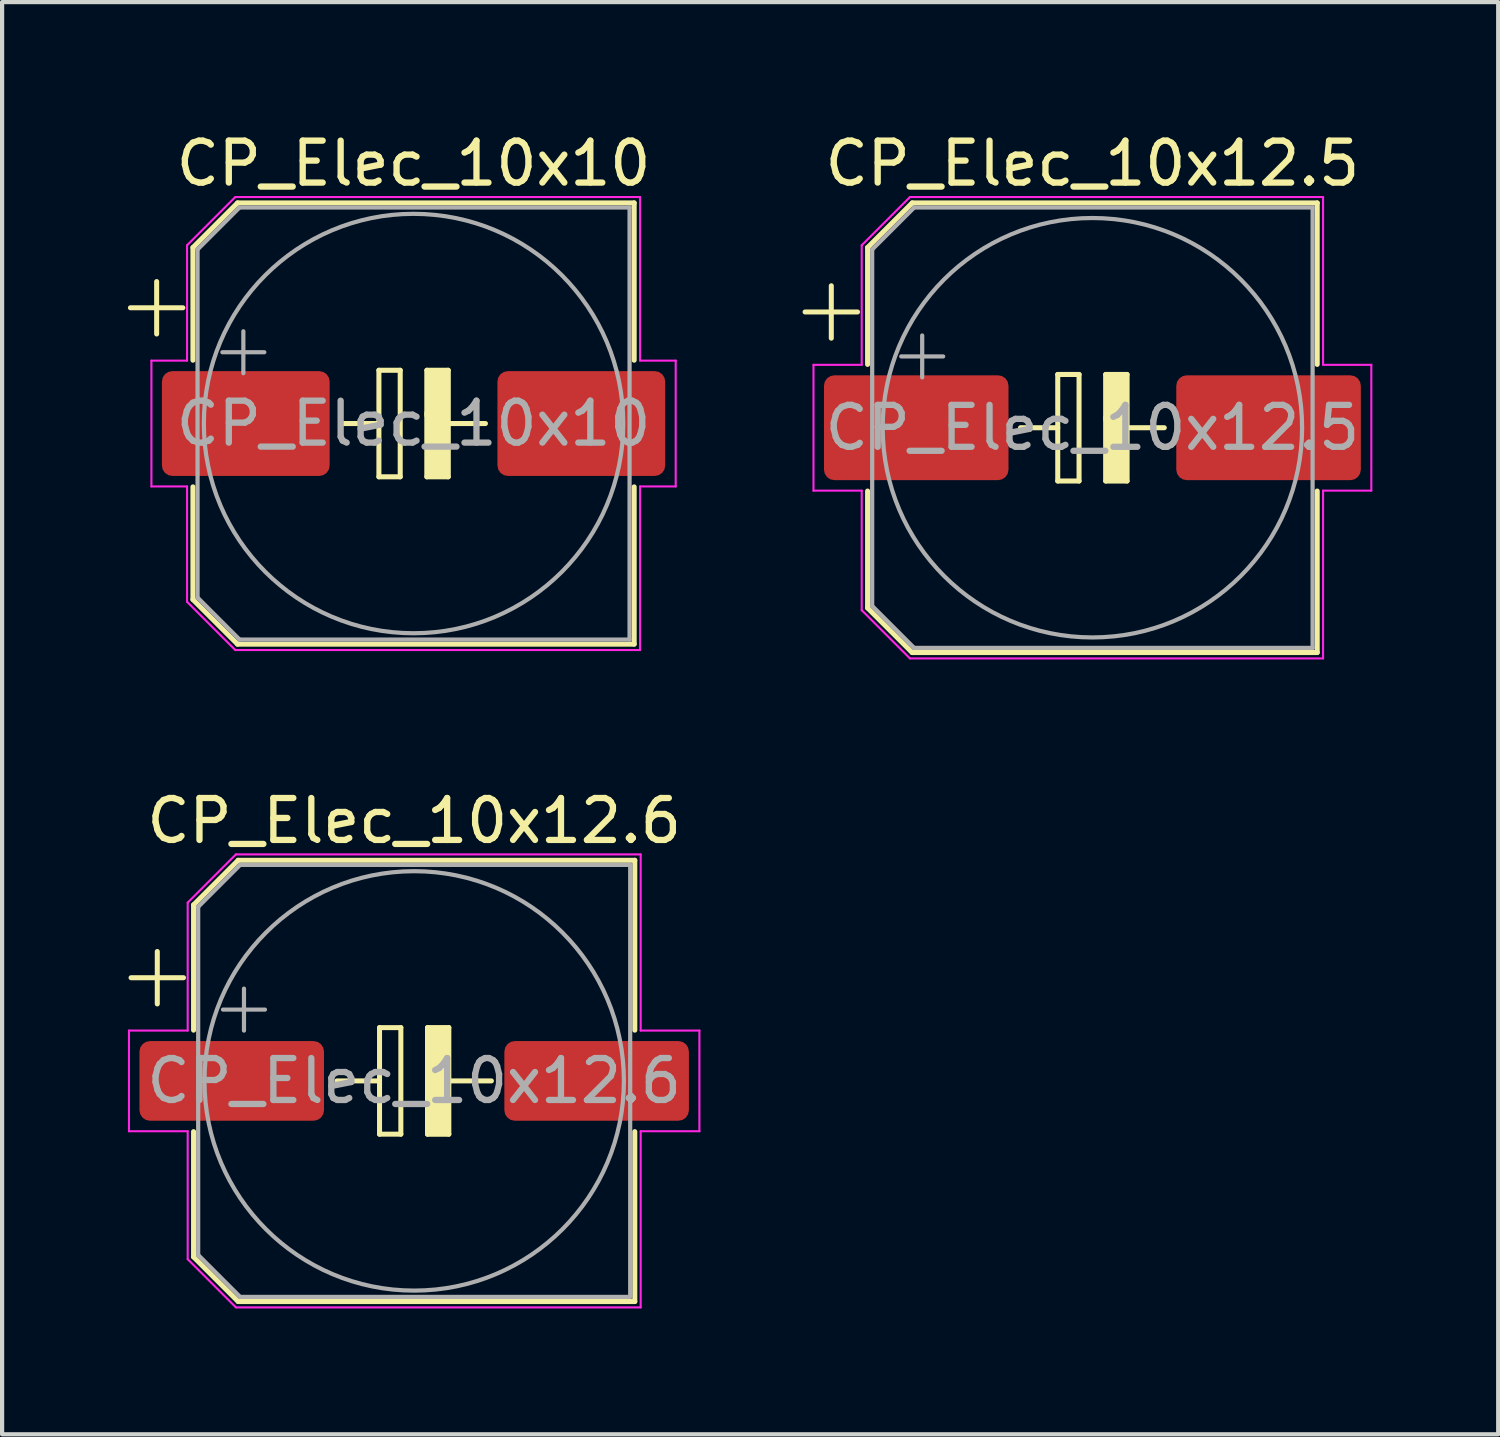
<source format=kicad_pcb>
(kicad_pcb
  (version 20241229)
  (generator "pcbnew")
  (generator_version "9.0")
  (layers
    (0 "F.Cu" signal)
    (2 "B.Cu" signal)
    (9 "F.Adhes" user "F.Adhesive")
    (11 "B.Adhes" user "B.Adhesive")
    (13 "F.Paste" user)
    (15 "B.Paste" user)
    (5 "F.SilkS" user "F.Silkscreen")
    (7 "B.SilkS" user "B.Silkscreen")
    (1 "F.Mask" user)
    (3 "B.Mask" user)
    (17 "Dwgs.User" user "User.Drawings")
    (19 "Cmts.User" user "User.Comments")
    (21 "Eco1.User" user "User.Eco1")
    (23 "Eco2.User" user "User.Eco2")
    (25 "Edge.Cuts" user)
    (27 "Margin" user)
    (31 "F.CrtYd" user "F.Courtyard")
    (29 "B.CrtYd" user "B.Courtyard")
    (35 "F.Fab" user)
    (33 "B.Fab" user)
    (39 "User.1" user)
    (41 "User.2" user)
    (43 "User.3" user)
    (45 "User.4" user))
  (footprint "CP_Elec_10x12.6"
    (layer "F.Cu")
    (at 6.825 22.721)
    (property "Reference" "CP_Elec_10x12.6" (at 0 -6.2 0) (layer "F.SilkS") (effects (font (size 1 1) (thickness 0.15))))
    (attr smd)
    (fp_line (start -6.75 -2.46) (end -5.5 -2.46) (stroke (width 0.12) (type solid)) (layer "F.SilkS"))
    (fp_line (start -6.125 -3.085) (end -6.125 -1.835) (stroke (width 0.12) (type solid)) (layer "F.SilkS"))
    (fp_line (start -5.26 -4.196) (end -5.26 -1.21) (stroke (width 0.12) (type solid)) (layer "F.SilkS"))
    (fp_line (start -5.26 -4.196) (end -4.196 -5.26) (stroke (width 0.12) (type solid)) (layer "F.SilkS"))
    (fp_line (start -5.26 4.196) (end -5.26 1.21) (stroke (width 0.12) (type solid)) (layer "F.SilkS"))
    (fp_line (start -5.26 4.196) (end -4.196 5.26) (stroke (width 0.12) (type solid)) (layer "F.SilkS"))
    (fp_line (start -4.196 -5.26) (end 5.26 -5.26) (stroke (width 0.12) (type solid)) (layer "F.SilkS"))
    (fp_line (start -4.196 5.26) (end 5.26 5.26) (stroke (width 0.12) (type solid)) (layer "F.SilkS"))
    (fp_line (start -1.841 0) (end -0.826 0) (stroke (width 0.12) (type solid)) (layer "F.SilkS"))
    (fp_line (start -0.826 1.27) (end -0.826 -1.27) (stroke (width 0.12) (type solid)) (layer "F.SilkS"))
    (fp_line (start -0.318 -1.27) (end -0.826 -1.27) (stroke (width 0.12) (type solid)) (layer "F.SilkS"))
    (fp_line (start -0.318 -1.27) (end -0.318 1.27) (stroke (width 0.12) (type solid)) (layer "F.SilkS"))
    (fp_line (start -0.318 1.27) (end -0.826 1.27) (stroke (width 0.12) (type solid)) (layer "F.SilkS"))
    (fp_line (start 0.318 -1.27) (end 0.318 -0.191) (stroke (width 0.12) (type solid)) (layer "F.SilkS"))
    (fp_line (start 0.318 -0.254) (end 0.318 1.27) (stroke (width 0.12) (type solid)) (layer "F.SilkS"))
    (fp_line (start 0.318 1.27) (end 0.826 1.27) (stroke (width 0.12) (type solid)) (layer "F.SilkS"))
    (fp_line (start 0.826 -1.27) (end 0.318 -1.27) (stroke (width 0.12) (type solid)) (layer "F.SilkS"))
    (fp_line (start 0.826 0) (end 1.841 0) (stroke (width 0.12) (type solid)) (layer "F.SilkS"))
    (fp_line (start 0.826 1.27) (end 0.826 -1.27) (stroke (width 0.12) (type solid)) (layer "F.SilkS"))
    (fp_line (start 5.26 -5.26) (end 5.26 -1.21) (stroke (width 0.12) (type solid)) (layer "F.SilkS"))
    (fp_line (start 5.26 5.26) (end 5.26 1.21) (stroke (width 0.12) (type solid)) (layer "F.SilkS"))
    (fp_poly (pts (xy 0.826 1.27) (xy 0.318 1.27) (xy 0.318 -1.27) (xy 0.826 -1.27)) (stroke (width 0.1) (type solid)) (fill yes) (layer "F.SilkS"))
    (fp_line (start -6.8 -1.2) (end -6.8 1.2) (stroke (width 0.05) (type solid)) (layer "F.CrtYd"))
    (fp_line (start -6.8 1.2) (end -5.4 1.2) (stroke (width 0.05) (type solid)) (layer "F.CrtYd"))
    (fp_line (start -5.4 -4.25) (end -5.4 -1.2) (stroke (width 0.05) (type solid)) (layer "F.CrtYd"))
    (fp_line (start -5.4 -4.25) (end -4.25 -5.4) (stroke (width 0.05) (type solid)) (layer "F.CrtYd"))
    (fp_line (start -5.4 -1.2) (end -6.8 -1.2) (stroke (width 0.05) (type solid)) (layer "F.CrtYd"))
    (fp_line (start -5.4 1.2) (end -5.4 4.25) (stroke (width 0.05) (type solid)) (layer "F.CrtYd"))
    (fp_line (start -5.4 4.25) (end -4.25 5.4) (stroke (width 0.05) (type solid)) (layer "F.CrtYd"))
    (fp_line (start -4.25 -5.4) (end 5.4 -5.4) (stroke (width 0.05) (type solid)) (layer "F.CrtYd"))
    (fp_line (start -4.25 5.4) (end 5.4 5.4) (stroke (width 0.05) (type solid)) (layer "F.CrtYd"))
    (fp_line (start 5.4 -5.4) (end 5.4 -1.2) (stroke (width 0.05) (type solid)) (layer "F.CrtYd"))
    (fp_line (start 5.4 -1.2) (end 6.8 -1.2) (stroke (width 0.05) (type solid)) (layer "F.CrtYd"))
    (fp_line (start 5.4 1.2) (end 5.4 5.4) (stroke (width 0.05) (type solid)) (layer "F.CrtYd"))
    (fp_line (start 6.8 -1.2) (end 6.8 1.2) (stroke (width 0.05) (type solid)) (layer "F.CrtYd"))
    (fp_line (start 6.8 1.2) (end 5.4 1.2) (stroke (width 0.05) (type solid)) (layer "F.CrtYd"))
    (fp_line (start -5.15 -4.15) (end -5.15 4.15) (stroke (width 0.1) (type solid)) (layer "F.Fab"))
    (fp_line (start -5.15 -4.15) (end -4.15 -5.15) (stroke (width 0.1) (type solid)) (layer "F.Fab"))
    (fp_line (start -5.15 4.15) (end -4.15 5.15) (stroke (width 0.1) (type solid)) (layer "F.Fab"))
    (fp_line (start -4.558 -1.7) (end -3.558 -1.7) (stroke (width 0.1) (type solid)) (layer "F.Fab"))
    (fp_line (start -4.15 -5.15) (end 5.15 -5.15) (stroke (width 0.1) (type solid)) (layer "F.Fab"))
    (fp_line (start -4.15 5.15) (end 5.15 5.15) (stroke (width 0.1) (type solid)) (layer "F.Fab"))
    (fp_line (start -4.058 -2.2) (end -4.058 -1.2) (stroke (width 0.1) (type solid)) (layer "F.Fab"))
    (fp_line (start 5.15 -5.15) (end 5.15 5.15) (stroke (width 0.1) (type solid)) (layer "F.Fab"))
    (fp_circle (center 0 0) (end 5 0) (stroke (width 0.1) (type solid)) (fill no) (layer "F.Fab"))
    (fp_text user "${REFERENCE}" (at 0 0 0) (layer "F.Fab") (effects (font (size 1 1) (thickness 0.15))))
    (pad "1" smd roundrect (at -4.35 0) (size 4.4 1.9) (layers "F.Cu" "F.Mask" "F.Paste") (roundrect_rratio 0.132))
    (pad "2" smd roundrect (at 4.35 0) (size 4.4 1.9) (layers "F.Cu" "F.Mask" "F.Paste") (roundrect_rratio 0.132)))
  (footprint "CP_Elec_10x12.5"
    (layer "F.Cu")
    (at 22.995 7.148)
    (property "Reference" "CP_Elec_10x12.5" (at 0 -6.3 0) (layer "F.SilkS") (effects (font (size 1 1) (thickness 0.15))))
    (attr smd)
    (fp_line (start -6.85 -2.76) (end -5.6 -2.76) (stroke (width 0.12) (type solid)) (layer "F.SilkS"))
    (fp_line (start -6.225 -3.385) (end -6.225 -2.135) (stroke (width 0.12) (type solid)) (layer "F.SilkS"))
    (fp_line (start -5.36 -4.296) (end -5.36 -1.51) (stroke (width 0.12) (type solid)) (layer "F.SilkS"))
    (fp_line (start -5.36 -4.296) (end -4.296 -5.36) (stroke (width 0.12) (type solid)) (layer "F.SilkS"))
    (fp_line (start -5.36 4.296) (end -5.36 1.51) (stroke (width 0.12) (type solid)) (layer "F.SilkS"))
    (fp_line (start -5.36 4.296) (end -4.296 5.36) (stroke (width 0.12) (type solid)) (layer "F.SilkS"))
    (fp_line (start -4.296 -5.36) (end 5.36 -5.36) (stroke (width 0.12) (type solid)) (layer "F.SilkS"))
    (fp_line (start -4.296 5.36) (end 5.36 5.36) (stroke (width 0.12) (type solid)) (layer "F.SilkS"))
    (fp_line (start -1.714 0) (end -0.826 0) (stroke (width 0.12) (type solid)) (layer "F.SilkS"))
    (fp_line (start -0.826 1.27) (end -0.826 -1.27) (stroke (width 0.12) (type solid)) (layer "F.SilkS"))
    (fp_line (start -0.318 -1.27) (end -0.826 -1.27) (stroke (width 0.12) (type solid)) (layer "F.SilkS"))
    (fp_line (start -0.318 -1.27) (end -0.318 1.27) (stroke (width 0.12) (type solid)) (layer "F.SilkS"))
    (fp_line (start -0.318 1.27) (end -0.826 1.27) (stroke (width 0.12) (type solid)) (layer "F.SilkS"))
    (fp_line (start 0.318 -1.27) (end 0.318 -0.191) (stroke (width 0.12) (type solid)) (layer "F.SilkS"))
    (fp_line (start 0.318 -0.254) (end 0.318 1.27) (stroke (width 0.12) (type solid)) (layer "F.SilkS"))
    (fp_line (start 0.318 1.27) (end 0.826 1.27) (stroke (width 0.12) (type solid)) (layer "F.SilkS"))
    (fp_line (start 0.826 -1.27) (end 0.318 -1.27) (stroke (width 0.12) (type solid)) (layer "F.SilkS"))
    (fp_line (start 0.826 0) (end 1.714 0) (stroke (width 0.12) (type solid)) (layer "F.SilkS"))
    (fp_line (start 0.826 1.27) (end 0.826 -1.27) (stroke (width 0.12) (type solid)) (layer "F.SilkS"))
    (fp_line (start 5.36 -5.36) (end 5.36 -1.51) (stroke (width 0.12) (type solid)) (layer "F.SilkS"))
    (fp_line (start 5.36 5.36) (end 5.36 1.51) (stroke (width 0.12) (type solid)) (layer "F.SilkS"))
    (fp_poly (pts (xy 0.826 1.27) (xy 0.318 1.27) (xy 0.318 -1.27) (xy 0.826 -1.27)) (stroke (width 0.1) (type solid)) (fill yes) (layer "F.SilkS"))
    (fp_line (start -6.65 -1.5) (end -6.65 1.5) (stroke (width 0.05) (type solid)) (layer "F.CrtYd"))
    (fp_line (start -6.65 1.5) (end -5.5 1.5) (stroke (width 0.05) (type solid)) (layer "F.CrtYd"))
    (fp_line (start -5.5 -4.35) (end -5.5 -1.5) (stroke (width 0.05) (type solid)) (layer "F.CrtYd"))
    (fp_line (start -5.5 -4.35) (end -4.35 -5.5) (stroke (width 0.05) (type solid)) (layer "F.CrtYd"))
    (fp_line (start -5.5 -1.5) (end -6.65 -1.5) (stroke (width 0.05) (type solid)) (layer "F.CrtYd"))
    (fp_line (start -5.5 1.5) (end -5.5 4.35) (stroke (width 0.05) (type solid)) (layer "F.CrtYd"))
    (fp_line (start -5.5 4.35) (end -4.35 5.5) (stroke (width 0.05) (type solid)) (layer "F.CrtYd"))
    (fp_line (start -4.35 -5.5) (end 5.5 -5.5) (stroke (width 0.05) (type solid)) (layer "F.CrtYd"))
    (fp_line (start -4.35 5.5) (end 5.5 5.5) (stroke (width 0.05) (type solid)) (layer "F.CrtYd"))
    (fp_line (start 5.5 -5.5) (end 5.5 -1.5) (stroke (width 0.05) (type solid)) (layer "F.CrtYd"))
    (fp_line (start 5.5 -1.5) (end 6.65 -1.5) (stroke (width 0.05) (type solid)) (layer "F.CrtYd"))
    (fp_line (start 5.5 1.5) (end 5.5 5.5) (stroke (width 0.05) (type solid)) (layer "F.CrtYd"))
    (fp_line (start 6.65 -1.5) (end 6.65 1.5) (stroke (width 0.05) (type solid)) (layer "F.CrtYd"))
    (fp_line (start 6.65 1.5) (end 5.5 1.5) (stroke (width 0.05) (type solid)) (layer "F.CrtYd"))
    (fp_line (start -5.25 -4.25) (end -5.25 4.25) (stroke (width 0.1) (type solid)) (layer "F.Fab"))
    (fp_line (start -5.25 -4.25) (end -4.25 -5.25) (stroke (width 0.1) (type solid)) (layer "F.Fab"))
    (fp_line (start -5.25 4.25) (end -4.25 5.25) (stroke (width 0.1) (type solid)) (layer "F.Fab"))
    (fp_line (start -4.558 -1.7) (end -3.558 -1.7) (stroke (width 0.1) (type solid)) (layer "F.Fab"))
    (fp_line (start -4.25 -5.25) (end 5.25 -5.25) (stroke (width 0.1) (type solid)) (layer "F.Fab"))
    (fp_line (start -4.25 5.25) (end 5.25 5.25) (stroke (width 0.1) (type solid)) (layer "F.Fab"))
    (fp_line (start -4.058 -2.2) (end -4.058 -1.2) (stroke (width 0.1) (type solid)) (layer "F.Fab"))
    (fp_line (start 5.25 -5.25) (end 5.25 5.25) (stroke (width 0.1) (type solid)) (layer "F.Fab"))
    (fp_circle (center 0 0) (end 5 0) (stroke (width 0.1) (type solid)) (fill no) (layer "F.Fab"))
    (fp_text user "${REFERENCE}" (at 0 0 0) (layer "F.Fab") (effects (font (size 1 1) (thickness 0.15))))
    (pad "1" smd roundrect (at -4.2 0) (size 4.4 2.5) (layers "F.Cu" "F.Mask" "F.Paste") (roundrect_rratio 0.1))
    (pad "2" smd roundrect (at 4.2 0) (size 4.4 2.5) (layers "F.Cu" "F.Mask" "F.Paste") (roundrect_rratio 0.1)))
  (footprint "CP_Elec_10x10"
    (layer "F.Cu")
    (at 6.81 7.048)
    (property "Reference" "CP_Elec_10x10" (at 0 -6.2 0) (layer "F.SilkS") (effects (font (size 1 1) (thickness 0.15))))
    (attr smd)
    (fp_line (start -6.75 -2.76) (end -5.5 -2.76) (stroke (width 0.12) (type solid)) (layer "F.SilkS"))
    (fp_line (start -6.125 -3.385) (end -6.125 -2.135) (stroke (width 0.12) (type solid)) (layer "F.SilkS"))
    (fp_line (start -5.26 -4.196) (end -5.26 -1.51) (stroke (width 0.12) (type solid)) (layer "F.SilkS"))
    (fp_line (start -5.26 -4.196) (end -4.196 -5.26) (stroke (width 0.12) (type solid)) (layer "F.SilkS"))
    (fp_line (start -5.26 4.196) (end -5.26 1.51) (stroke (width 0.12) (type solid)) (layer "F.SilkS"))
    (fp_line (start -5.26 4.196) (end -4.196 5.26) (stroke (width 0.12) (type solid)) (layer "F.SilkS"))
    (fp_line (start -4.196 -5.26) (end 5.26 -5.26) (stroke (width 0.12) (type solid)) (layer "F.SilkS"))
    (fp_line (start -4.196 5.26) (end 5.26 5.26) (stroke (width 0.12) (type solid)) (layer "F.SilkS"))
    (fp_line (start -1.714 0) (end -0.826 0) (stroke (width 0.12) (type solid)) (layer "F.SilkS"))
    (fp_line (start -0.826 1.27) (end -0.826 -1.27) (stroke (width 0.12) (type solid)) (layer "F.SilkS"))
    (fp_line (start -0.318 -1.27) (end -0.826 -1.27) (stroke (width 0.12) (type solid)) (layer "F.SilkS"))
    (fp_line (start -0.318 -1.27) (end -0.318 1.27) (stroke (width 0.12) (type solid)) (layer "F.SilkS"))
    (fp_line (start -0.318 1.27) (end -0.826 1.27) (stroke (width 0.12) (type solid)) (layer "F.SilkS"))
    (fp_line (start 0.318 -1.27) (end 0.318 -0.191) (stroke (width 0.12) (type solid)) (layer "F.SilkS"))
    (fp_line (start 0.318 -0.254) (end 0.318 1.27) (stroke (width 0.12) (type solid)) (layer "F.SilkS"))
    (fp_line (start 0.318 1.27) (end 0.826 1.27) (stroke (width 0.12) (type solid)) (layer "F.SilkS"))
    (fp_line (start 0.826 -1.27) (end 0.318 -1.27) (stroke (width 0.12) (type solid)) (layer "F.SilkS"))
    (fp_line (start 0.826 0) (end 1.714 0) (stroke (width 0.12) (type solid)) (layer "F.SilkS"))
    (fp_line (start 0.826 1.27) (end 0.826 -1.27) (stroke (width 0.12) (type solid)) (layer "F.SilkS"))
    (fp_line (start 5.26 -5.26) (end 5.26 -1.51) (stroke (width 0.12) (type solid)) (layer "F.SilkS"))
    (fp_line (start 5.26 5.26) (end 5.26 1.51) (stroke (width 0.12) (type solid)) (layer "F.SilkS"))
    (fp_poly (pts (xy 0.826 1.27) (xy 0.318 1.27) (xy 0.318 -1.27) (xy 0.826 -1.27)) (stroke (width 0.1) (type solid)) (fill yes) (layer "F.SilkS"))
    (fp_line (start -6.25 -1.5) (end -6.25 1.5) (stroke (width 0.05) (type solid)) (layer "F.CrtYd"))
    (fp_line (start -6.25 1.5) (end -5.4 1.5) (stroke (width 0.05) (type solid)) (layer "F.CrtYd"))
    (fp_line (start -5.4 -4.25) (end -5.4 -1.5) (stroke (width 0.05) (type solid)) (layer "F.CrtYd"))
    (fp_line (start -5.4 -4.25) (end -4.25 -5.4) (stroke (width 0.05) (type solid)) (layer "F.CrtYd"))
    (fp_line (start -5.4 -1.5) (end -6.25 -1.5) (stroke (width 0.05) (type solid)) (layer "F.CrtYd"))
    (fp_line (start -5.4 1.5) (end -5.4 4.25) (stroke (width 0.05) (type solid)) (layer "F.CrtYd"))
    (fp_line (start -5.4 4.25) (end -4.25 5.4) (stroke (width 0.05) (type solid)) (layer "F.CrtYd"))
    (fp_line (start -4.25 -5.4) (end 5.4 -5.4) (stroke (width 0.05) (type solid)) (layer "F.CrtYd"))
    (fp_line (start -4.25 5.4) (end 5.4 5.4) (stroke (width 0.05) (type solid)) (layer "F.CrtYd"))
    (fp_line (start 5.4 -5.4) (end 5.4 -1.5) (stroke (width 0.05) (type solid)) (layer "F.CrtYd"))
    (fp_line (start 5.4 -1.5) (end 6.25 -1.5) (stroke (width 0.05) (type solid)) (layer "F.CrtYd"))
    (fp_line (start 5.4 1.5) (end 5.4 5.4) (stroke (width 0.05) (type solid)) (layer "F.CrtYd"))
    (fp_line (start 6.25 -1.5) (end 6.25 1.5) (stroke (width 0.05) (type solid)) (layer "F.CrtYd"))
    (fp_line (start 6.25 1.5) (end 5.4 1.5) (stroke (width 0.05) (type solid)) (layer "F.CrtYd"))
    (fp_line (start -5.15 -4.15) (end -5.15 4.15) (stroke (width 0.1) (type solid)) (layer "F.Fab"))
    (fp_line (start -5.15 -4.15) (end -4.15 -5.15) (stroke (width 0.1) (type solid)) (layer "F.Fab"))
    (fp_line (start -5.15 4.15) (end -4.15 5.15) (stroke (width 0.1) (type solid)) (layer "F.Fab"))
    (fp_line (start -4.558 -1.7) (end -3.558 -1.7) (stroke (width 0.1) (type solid)) (layer "F.Fab"))
    (fp_line (start -4.15 -5.15) (end 5.15 -5.15) (stroke (width 0.1) (type solid)) (layer "F.Fab"))
    (fp_line (start -4.15 5.15) (end 5.15 5.15) (stroke (width 0.1) (type solid)) (layer "F.Fab"))
    (fp_line (start -4.058 -2.2) (end -4.058 -1.2) (stroke (width 0.1) (type solid)) (layer "F.Fab"))
    (fp_line (start 5.15 -5.15) (end 5.15 5.15) (stroke (width 0.1) (type solid)) (layer "F.Fab"))
    (fp_circle (center 0 0) (end 5 0) (stroke (width 0.1) (type solid)) (fill no) (layer "F.Fab"))
    (fp_text user "${REFERENCE}" (at 0 0 0) (layer "F.Fab") (effects (font (size 1 1) (thickness 0.15))))
    (pad "1" smd roundrect (at -4 0) (size 4 2.5) (layers "F.Cu" "F.Mask" "F.Paste") (roundrect_rratio 0.1))
    (pad "2" smd roundrect (at 4 0) (size 4 2.5) (layers "F.Cu" "F.Mask" "F.Paste") (roundrect_rratio 0.1)))
  (gr_rect
    (start -3 -3)
    (end 32.67 31.146)
    (stroke (width 0.1) (type default))
    (fill no)
    (layer "Edge.Cuts")))
</source>
